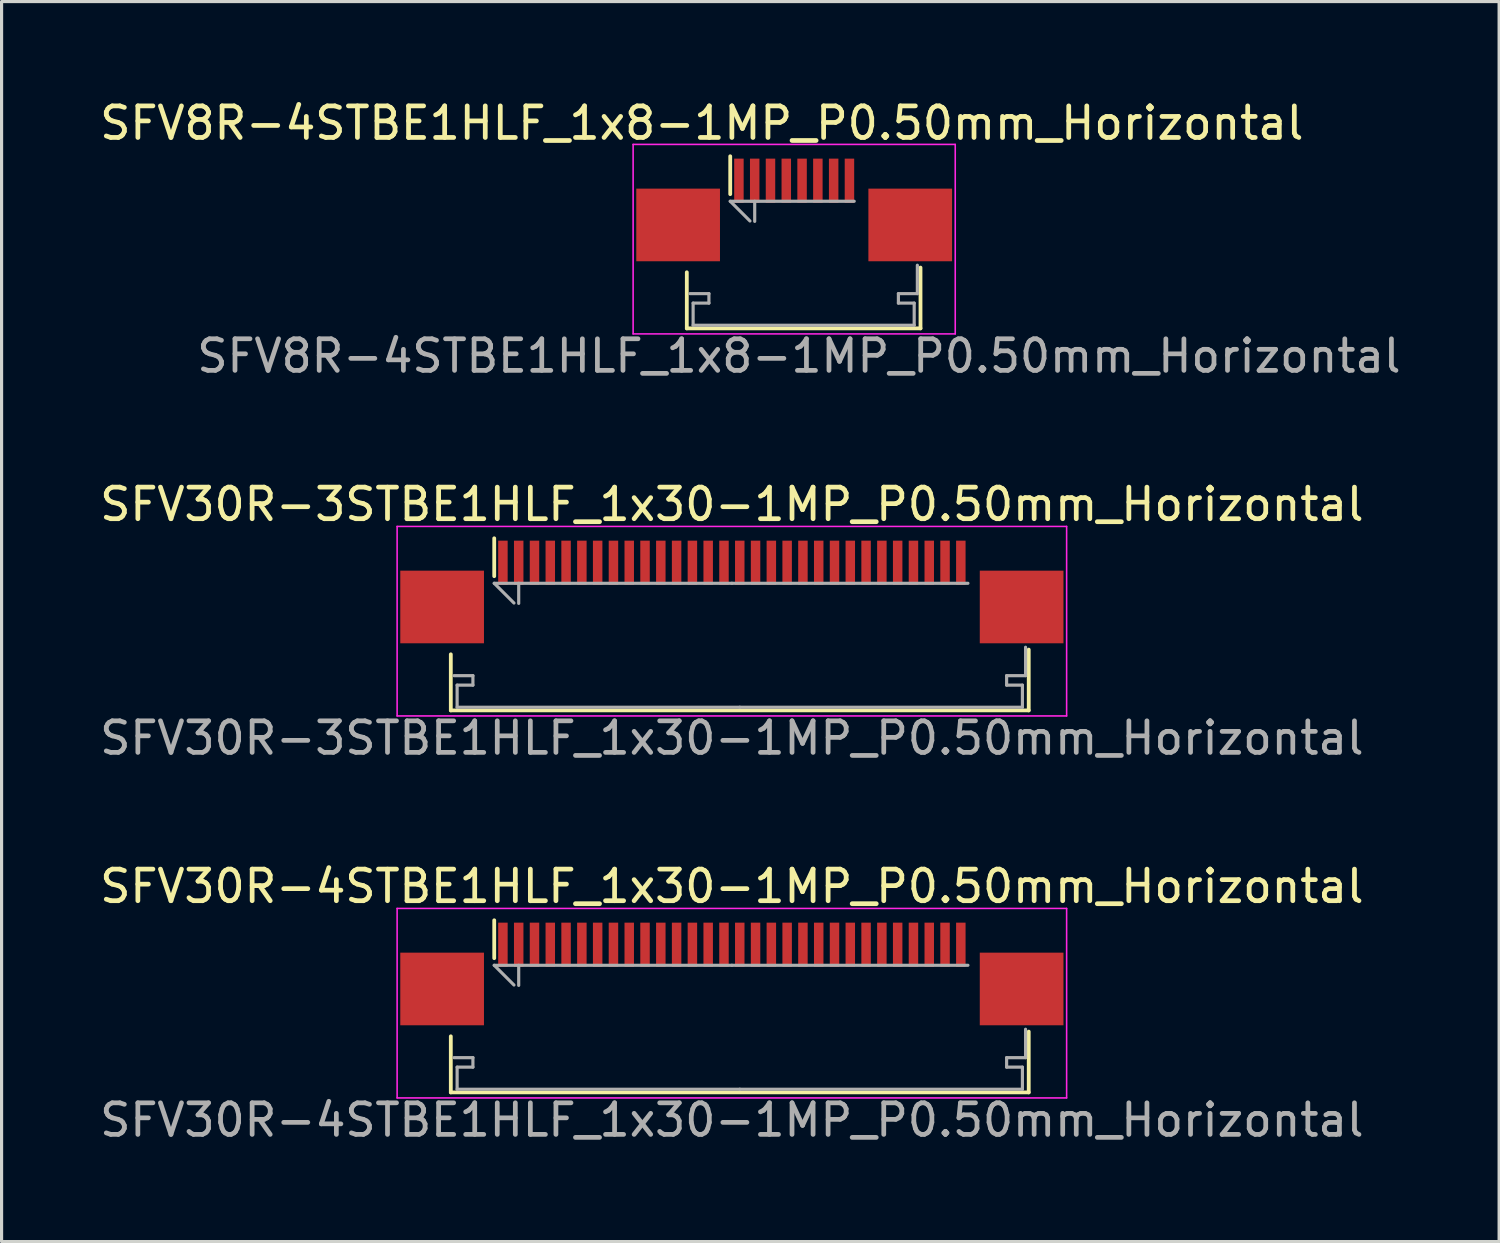
<source format=kicad_pcb>
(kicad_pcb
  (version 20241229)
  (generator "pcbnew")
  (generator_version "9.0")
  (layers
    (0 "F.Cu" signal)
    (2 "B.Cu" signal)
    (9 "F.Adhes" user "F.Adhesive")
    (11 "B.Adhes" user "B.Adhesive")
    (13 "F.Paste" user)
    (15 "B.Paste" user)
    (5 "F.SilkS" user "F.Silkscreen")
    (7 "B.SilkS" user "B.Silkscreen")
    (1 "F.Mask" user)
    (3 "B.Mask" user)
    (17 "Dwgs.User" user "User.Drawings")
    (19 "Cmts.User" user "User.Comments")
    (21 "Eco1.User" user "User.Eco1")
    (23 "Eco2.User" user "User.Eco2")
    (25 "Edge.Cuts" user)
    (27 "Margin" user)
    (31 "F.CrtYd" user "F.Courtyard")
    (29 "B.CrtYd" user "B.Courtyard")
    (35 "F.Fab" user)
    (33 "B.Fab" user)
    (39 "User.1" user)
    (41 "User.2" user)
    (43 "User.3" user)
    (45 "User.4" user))
  (footprint "SFV8R-4STBE1HLF_1x8-1MP_P0.50mm_Horizontal"
    (layer "F.Cu")
    (at 22.173 4.073)
    (property "Reference" "SFV8R-4STBE1HLF_1x8-1MP_P0.50mm_Horizontal" (at -3 -3.225 0) (layer "F.SilkS") (effects (font (size 1 1) (thickness 0.15))))
    (attr smd)
    (fp_line (start -3.475 1.499) (end -3.475 3.275) (stroke (width 0.12) (type solid)) (layer "F.SilkS"))
    (fp_line (start -3.475 3.275) (end 3.925 3.275) (stroke (width 0.12) (type solid)) (layer "F.SilkS"))
    (fp_line (start -2.1 -0.975) (end -2.1 -2.175) (stroke (width 0.12) (type solid)) (layer "F.SilkS"))
    (fp_line (start 3.925 3.275) (end 3.925 1.35) (stroke (width 0.12) (type solid)) (layer "F.SilkS"))
    (fp_line (start -5.175 -2.55) (end -5.175 3.45) (stroke (width 0.05) (type solid)) (layer "F.CrtYd"))
    (fp_line (start -5.175 3.45) (end 5.025 3.45) (stroke (width 0.05) (type solid)) (layer "F.CrtYd"))
    (fp_line (start 5.025 -2.55) (end -5.175 -2.55) (stroke (width 0.05) (type solid)) (layer "F.CrtYd"))
    (fp_line (start 5.025 3.45) (end 5.025 -2.55) (stroke (width 0.05) (type solid)) (layer "F.CrtYd"))
    (fp_line (start -3.375 2.175) (end -2.775 2.175) (stroke (width 0.1) (type solid)) (layer "F.Fab"))
    (fp_line (start -3.275 2.475) (end -3.275 3.175) (stroke (width 0.1) (type solid)) (layer "F.Fab"))
    (fp_line (start -3.275 3.175) (end 3.725 3.175) (stroke (width 0.1) (type solid)) (layer "F.Fab"))
    (fp_line (start -2.775 2.175) (end -2.775 2.475) (stroke (width 0.1) (type solid)) (layer "F.Fab"))
    (fp_line (start -2.775 2.475) (end -3.275 2.475) (stroke (width 0.1) (type solid)) (layer "F.Fab"))
    (fp_line (start -2.1 -0.75) (end -1.475 -0.125) (stroke (width 0.1) (type solid)) (layer "F.Fab"))
    (fp_line (start -1.325 -0.113) (end -1.325 -0.75) (stroke (width 0.1) (type solid)) (layer "F.Fab"))
    (fp_line (start 1.826 -0.75) (end -2.1 -0.75) (stroke (width 0.1) (type solid)) (layer "F.Fab"))
    (fp_line (start 3.225 2.175) (end 3.225 2.475) (stroke (width 0.1) (type solid)) (layer "F.Fab"))
    (fp_line (start 3.225 2.475) (end 3.725 2.475) (stroke (width 0.1) (type solid)) (layer "F.Fab"))
    (fp_line (start 3.725 2.475) (end 3.725 3.175) (stroke (width 0.1) (type solid)) (layer "F.Fab"))
    (fp_line (start 3.825 1.275) (end 3.825 2.175) (stroke (width 0.1) (type solid)) (layer "F.Fab"))
    (fp_line (start 3.825 2.175) (end 3.225 2.175) (stroke (width 0.1) (type solid)) (layer "F.Fab"))
    (fp_text user "${REFERENCE}" (at 0.075 4.15 0) (layer "F.Fab") (effects (font (size 1 1) (thickness 0.15))))
    (pad "1" smd rect (at -1.825 -1.4) (size 0.3 1.4) (layers "F.Cu" "F.Mask" "F.Paste"))
    (pad "2" smd rect (at -1.325 -1.4) (size 0.3 1.4) (layers "F.Cu" "F.Mask" "F.Paste"))
    (pad "3" smd rect (at -0.825 -1.4) (size 0.3 1.4) (layers "F.Cu" "F.Mask" "F.Paste"))
    (pad "4" smd rect (at -0.325 -1.4) (size 0.3 1.4) (layers "F.Cu" "F.Mask" "F.Paste"))
    (pad "5" smd rect (at 0.175 -1.4) (size 0.3 1.4) (layers "F.Cu" "F.Mask" "F.Paste"))
    (pad "6" smd rect (at 0.675 -1.4) (size 0.3 1.4) (layers "F.Cu" "F.Mask" "F.Paste"))
    (pad "7" smd rect (at 1.175 -1.4) (size 0.3 1.4) (layers "F.Cu" "F.Mask" "F.Paste"))
    (pad "8" smd rect (at 1.675 -1.4) (size 0.3 1.4) (layers "F.Cu" "F.Mask" "F.Paste"))
    (pad "MP" smd rect (at -3.75 0) (size 2.65 2.3) (layers "F.Cu" "F.Mask" "F.Paste"))
    (pad "MP" smd rect (at 3.6 0) (size 2.65 2.3) (layers "F.Cu" "F.Mask" "F.Paste")))
  (footprint "SFV30R-4STBE1HLF_1x30-1MP_P0.50mm_Horizontal"
    (layer "F.Cu")
    (at 20.125 28.716)
    (property "Reference" "SFV30R-4STBE1HLF_1x30-1MP_P0.50mm_Horizontal" (at 0 -3.7 0) (layer "F.SilkS") (effects (font (size 1 1) (thickness 0.15))))
    (attr smd)
    (fp_line (start -8.9 1.049) (end -8.9 2.825) (stroke (width 0.12) (type solid)) (layer "F.SilkS"))
    (fp_line (start -8.9 2.825) (end 9.4 2.825) (stroke (width 0.12) (type solid)) (layer "F.SilkS"))
    (fp_line (start -7.525 -1.425) (end -7.525 -2.625) (stroke (width 0.12) (type solid)) (layer "F.SilkS"))
    (fp_line (start 9.4 2.825) (end 9.4 0.9) (stroke (width 0.12) (type solid)) (layer "F.SilkS"))
    (fp_line (start -10.6 -3) (end -10.6 3) (stroke (width 0.05) (type solid)) (layer "F.CrtYd"))
    (fp_line (start -10.6 3) (end 10.6 3) (stroke (width 0.05) (type solid)) (layer "F.CrtYd"))
    (fp_line (start 10.6 -3) (end -10.6 -3) (stroke (width 0.05) (type solid)) (layer "F.CrtYd"))
    (fp_line (start 10.6 3) (end 10.6 -3) (stroke (width 0.05) (type solid)) (layer "F.CrtYd"))
    (fp_line (start -8.8 1.725) (end -8.2 1.725) (stroke (width 0.1) (type solid)) (layer "F.Fab"))
    (fp_line (start -8.7 2.025) (end -8.7 2.725) (stroke (width 0.1) (type solid)) (layer "F.Fab"))
    (fp_line (start -8.7 2.725) (end 0.25 2.725) (stroke (width 0.1) (type solid)) (layer "F.Fab"))
    (fp_line (start -8.2 1.725) (end -8.2 2.025) (stroke (width 0.1) (type solid)) (layer "F.Fab"))
    (fp_line (start -8.2 2.025) (end -8.7 2.025) (stroke (width 0.1) (type solid)) (layer "F.Fab"))
    (fp_line (start -7.525 -1.2) (end -6.9 -0.575) (stroke (width 0.1) (type solid)) (layer "F.Fab"))
    (fp_line (start -6.75 -0.563) (end -6.75 -1.2) (stroke (width 0.1) (type solid)) (layer "F.Fab"))
    (fp_line (start 0 -1.2) (end -7.525 -1.2) (stroke (width 0.1) (type solid)) (layer "F.Fab"))
    (fp_line (start 0 -1.2) (end 7.475 -1.2) (stroke (width 0.1) (type solid)) (layer "F.Fab"))
    (fp_line (start 8.7 1.725) (end 8.7 2.025) (stroke (width 0.1) (type solid)) (layer "F.Fab"))
    (fp_line (start 8.7 2.025) (end 9.2 2.025) (stroke (width 0.1) (type solid)) (layer "F.Fab"))
    (fp_line (start 9.2 2.025) (end 9.2 2.725) (stroke (width 0.1) (type solid)) (layer "F.Fab"))
    (fp_line (start 9.2 2.725) (end 0.25 2.725) (stroke (width 0.1) (type solid)) (layer "F.Fab"))
    (fp_line (start 9.3 0.825) (end 9.3 1.725) (stroke (width 0.1) (type solid)) (layer "F.Fab"))
    (fp_line (start 9.3 1.725) (end 8.7 1.725) (stroke (width 0.1) (type solid)) (layer "F.Fab"))
    (fp_text user "${REFERENCE}" (at 0 3.7 0) (layer "F.Fab") (effects (font (size 1 1) (thickness 0.15))))
    (pad "1" smd rect (at -7.25 -1.85) (size 0.3 1.4) (layers "F.Cu" "F.Mask" "F.Paste"))
    (pad "2" smd rect (at -6.75 -1.85) (size 0.3 1.4) (layers "F.Cu" "F.Mask" "F.Paste"))
    (pad "3" smd rect (at -6.25 -1.85) (size 0.3 1.4) (layers "F.Cu" "F.Mask" "F.Paste"))
    (pad "4" smd rect (at -5.75 -1.85) (size 0.3 1.4) (layers "F.Cu" "F.Mask" "F.Paste"))
    (pad "5" smd rect (at -5.25 -1.85) (size 0.3 1.4) (layers "F.Cu" "F.Mask" "F.Paste"))
    (pad "6" smd rect (at -4.75 -1.85) (size 0.3 1.4) (layers "F.Cu" "F.Mask" "F.Paste"))
    (pad "7" smd rect (at -4.25 -1.85) (size 0.3 1.4) (layers "F.Cu" "F.Mask" "F.Paste"))
    (pad "8" smd rect (at -3.75 -1.85) (size 0.3 1.4) (layers "F.Cu" "F.Mask" "F.Paste"))
    (pad "9" smd rect (at -3.25 -1.85) (size 0.3 1.4) (layers "F.Cu" "F.Mask" "F.Paste"))
    (pad "10" smd rect (at -2.75 -1.85) (size 0.3 1.4) (layers "F.Cu" "F.Mask" "F.Paste"))
    (pad "11" smd rect (at -2.25 -1.85) (size 0.3 1.4) (layers "F.Cu" "F.Mask" "F.Paste"))
    (pad "12" smd rect (at -1.75 -1.85) (size 0.3 1.4) (layers "F.Cu" "F.Mask" "F.Paste"))
    (pad "13" smd rect (at -1.25 -1.85) (size 0.3 1.4) (layers "F.Cu" "F.Mask" "F.Paste"))
    (pad "14" smd rect (at -0.75 -1.85) (size 0.3 1.4) (layers "F.Cu" "F.Mask" "F.Paste"))
    (pad "15" smd rect (at -0.25 -1.85) (size 0.3 1.4) (layers "F.Cu" "F.Mask" "F.Paste"))
    (pad "16" smd rect (at 0.25 -1.85) (size 0.3 1.4) (layers "F.Cu" "F.Mask" "F.Paste"))
    (pad "17" smd rect (at 0.75 -1.85) (size 0.3 1.4) (layers "F.Cu" "F.Mask" "F.Paste"))
    (pad "18" smd rect (at 1.25 -1.85) (size 0.3 1.4) (layers "F.Cu" "F.Mask" "F.Paste"))
    (pad "19" smd rect (at 1.75 -1.85) (size 0.3 1.4) (layers "F.Cu" "F.Mask" "F.Paste"))
    (pad "20" smd rect (at 2.25 -1.85) (size 0.3 1.4) (layers "F.Cu" "F.Mask" "F.Paste"))
    (pad "21" smd rect (at 2.75 -1.85) (size 0.3 1.4) (layers "F.Cu" "F.Mask" "F.Paste"))
    (pad "22" smd rect (at 3.25 -1.85) (size 0.3 1.4) (layers "F.Cu" "F.Mask" "F.Paste"))
    (pad "23" smd rect (at 3.75 -1.85) (size 0.3 1.4) (layers "F.Cu" "F.Mask" "F.Paste"))
    (pad "24" smd rect (at 4.25 -1.85) (size 0.3 1.4) (layers "F.Cu" "F.Mask" "F.Paste"))
    (pad "25" smd rect (at 4.75 -1.85) (size 0.3 1.4) (layers "F.Cu" "F.Mask" "F.Paste"))
    (pad "26" smd rect (at 5.25 -1.85) (size 0.3 1.4) (layers "F.Cu" "F.Mask" "F.Paste"))
    (pad "27" smd rect (at 5.75 -1.85) (size 0.3 1.4) (layers "F.Cu" "F.Mask" "F.Paste"))
    (pad "28" smd rect (at 6.25 -1.85) (size 0.3 1.4) (layers "F.Cu" "F.Mask" "F.Paste"))
    (pad "29" smd rect (at 6.75 -1.85) (size 0.3 1.4) (layers "F.Cu" "F.Mask" "F.Paste"))
    (pad "30" smd rect (at 7.25 -1.85) (size 0.3 1.4) (layers "F.Cu" "F.Mask" "F.Paste"))
    (pad "MP" smd rect (at -9.175 -0.45) (size 2.65 2.3) (layers "F.Cu" "F.Mask" "F.Paste"))
    (pad "MP" smd rect (at 9.175 -0.45) (size 2.65 2.3) (layers "F.Cu" "F.Mask" "F.Paste")))
  (footprint "SFV30R-3STBE1HLF_1x30-1MP_P0.50mm_Horizontal"
    (layer "F.Cu")
    (at 20.125 16.62)
    (property "Reference" "SFV30R-3STBE1HLF_1x30-1MP_P0.50mm_Horizontal" (at 0 -3.7 0) (layer "F.SilkS") (effects (font (size 1 1) (thickness 0.15))))
    (attr smd)
    (fp_line (start -8.9 1.049) (end -8.9 2.825) (stroke (width 0.12) (type solid)) (layer "F.SilkS"))
    (fp_line (start -8.9 2.825) (end 9.4 2.825) (stroke (width 0.12) (type solid)) (layer "F.SilkS"))
    (fp_line (start -7.525 -1.425) (end -7.525 -2.625) (stroke (width 0.12) (type solid)) (layer "F.SilkS"))
    (fp_line (start 9.4 2.825) (end 9.4 0.9) (stroke (width 0.12) (type solid)) (layer "F.SilkS"))
    (fp_line (start -10.6 -3) (end -10.6 3) (stroke (width 0.05) (type solid)) (layer "F.CrtYd"))
    (fp_line (start -10.6 3) (end 10.6 3) (stroke (width 0.05) (type solid)) (layer "F.CrtYd"))
    (fp_line (start 10.6 -3) (end -10.6 -3) (stroke (width 0.05) (type solid)) (layer "F.CrtYd"))
    (fp_line (start 10.6 3) (end 10.6 -3) (stroke (width 0.05) (type solid)) (layer "F.CrtYd"))
    (fp_line (start -8.8 1.725) (end -8.2 1.725) (stroke (width 0.1) (type solid)) (layer "F.Fab"))
    (fp_line (start -8.7 2.025) (end -8.7 2.725) (stroke (width 0.1) (type solid)) (layer "F.Fab"))
    (fp_line (start -8.7 2.725) (end 0.25 2.725) (stroke (width 0.1) (type solid)) (layer "F.Fab"))
    (fp_line (start -8.2 1.725) (end -8.2 2.025) (stroke (width 0.1) (type solid)) (layer "F.Fab"))
    (fp_line (start -8.2 2.025) (end -8.7 2.025) (stroke (width 0.1) (type solid)) (layer "F.Fab"))
    (fp_line (start -7.525 -1.2) (end -6.9 -0.575) (stroke (width 0.1) (type solid)) (layer "F.Fab"))
    (fp_line (start -6.75 -0.563) (end -6.75 -1.2) (stroke (width 0.1) (type solid)) (layer "F.Fab"))
    (fp_line (start 0 -1.2) (end -7.525 -1.2) (stroke (width 0.1) (type solid)) (layer "F.Fab"))
    (fp_line (start 0 -1.2) (end 7.475 -1.2) (stroke (width 0.1) (type solid)) (layer "F.Fab"))
    (fp_line (start 8.7 1.725) (end 8.7 2.025) (stroke (width 0.1) (type solid)) (layer "F.Fab"))
    (fp_line (start 8.7 2.025) (end 9.2 2.025) (stroke (width 0.1) (type solid)) (layer "F.Fab"))
    (fp_line (start 9.2 2.025) (end 9.2 2.725) (stroke (width 0.1) (type solid)) (layer "F.Fab"))
    (fp_line (start 9.2 2.725) (end 0.25 2.725) (stroke (width 0.1) (type solid)) (layer "F.Fab"))
    (fp_line (start 9.3 0.825) (end 9.3 1.725) (stroke (width 0.1) (type solid)) (layer "F.Fab"))
    (fp_line (start 9.3 1.725) (end 8.7 1.725) (stroke (width 0.1) (type solid)) (layer "F.Fab"))
    (fp_text user "${REFERENCE}" (at 0 3.7 0) (layer "F.Fab") (effects (font (size 1 1) (thickness 0.15))))
    (pad "1" smd rect (at 7.25 -1.85) (size 0.3 1.4) (layers "F.Cu" "F.Mask" "F.Paste"))
    (pad "2" smd rect (at 6.75 -1.85) (size 0.3 1.4) (layers "F.Cu" "F.Mask" "F.Paste"))
    (pad "3" smd rect (at 6.25 -1.85) (size 0.3 1.4) (layers "F.Cu" "F.Mask" "F.Paste"))
    (pad "4" smd rect (at 5.75 -1.85) (size 0.3 1.4) (layers "F.Cu" "F.Mask" "F.Paste"))
    (pad "5" smd rect (at 5.25 -1.85) (size 0.3 1.4) (layers "F.Cu" "F.Mask" "F.Paste"))
    (pad "6" smd rect (at 4.75 -1.85) (size 0.3 1.4) (layers "F.Cu" "F.Mask" "F.Paste"))
    (pad "7" smd rect (at 4.25 -1.85) (size 0.3 1.4) (layers "F.Cu" "F.Mask" "F.Paste"))
    (pad "8" smd rect (at 3.75 -1.85) (size 0.3 1.4) (layers "F.Cu" "F.Mask" "F.Paste"))
    (pad "9" smd rect (at 3.25 -1.85) (size 0.3 1.4) (layers "F.Cu" "F.Mask" "F.Paste"))
    (pad "10" smd rect (at 2.75 -1.85) (size 0.3 1.4) (layers "F.Cu" "F.Mask" "F.Paste"))
    (pad "11" smd rect (at 2.25 -1.85) (size 0.3 1.4) (layers "F.Cu" "F.Mask" "F.Paste"))
    (pad "12" smd rect (at 1.75 -1.85) (size 0.3 1.4) (layers "F.Cu" "F.Mask" "F.Paste"))
    (pad "13" smd rect (at 1.25 -1.85) (size 0.3 1.4) (layers "F.Cu" "F.Mask" "F.Paste"))
    (pad "14" smd rect (at 0.75 -1.85) (size 0.3 1.4) (layers "F.Cu" "F.Mask" "F.Paste"))
    (pad "15" smd rect (at 0.25 -1.85) (size 0.3 1.4) (layers "F.Cu" "F.Mask" "F.Paste"))
    (pad "16" smd rect (at -0.25 -1.85) (size 0.3 1.4) (layers "F.Cu" "F.Mask" "F.Paste"))
    (pad "17" smd rect (at -0.75 -1.85) (size 0.3 1.4) (layers "F.Cu" "F.Mask" "F.Paste"))
    (pad "18" smd rect (at -1.25 -1.85) (size 0.3 1.4) (layers "F.Cu" "F.Mask" "F.Paste"))
    (pad "19" smd rect (at -1.75 -1.85) (size 0.3 1.4) (layers "F.Cu" "F.Mask" "F.Paste"))
    (pad "20" smd rect (at -2.25 -1.85) (size 0.3 1.4) (layers "F.Cu" "F.Mask" "F.Paste"))
    (pad "21" smd rect (at -2.75 -1.85) (size 0.3 1.4) (layers "F.Cu" "F.Mask" "F.Paste"))
    (pad "22" smd rect (at -3.25 -1.85) (size 0.3 1.4) (layers "F.Cu" "F.Mask" "F.Paste"))
    (pad "23" smd rect (at -3.75 -1.85) (size 0.3 1.4) (layers "F.Cu" "F.Mask" "F.Paste"))
    (pad "24" smd rect (at -4.25 -1.85) (size 0.3 1.4) (layers "F.Cu" "F.Mask" "F.Paste"))
    (pad "25" smd rect (at -4.75 -1.85) (size 0.3 1.4) (layers "F.Cu" "F.Mask" "F.Paste"))
    (pad "26" smd rect (at -5.25 -1.85) (size 0.3 1.4) (layers "F.Cu" "F.Mask" "F.Paste"))
    (pad "27" smd rect (at -5.75 -1.85) (size 0.3 1.4) (layers "F.Cu" "F.Mask" "F.Paste"))
    (pad "28" smd rect (at -6.25 -1.85) (size 0.3 1.4) (layers "F.Cu" "F.Mask" "F.Paste"))
    (pad "29" smd rect (at -6.75 -1.85) (size 0.3 1.4) (layers "F.Cu" "F.Mask" "F.Paste"))
    (pad "30" smd rect (at -7.25 -1.85) (size 0.3 1.4) (layers "F.Cu" "F.Mask" "F.Paste"))
    (pad "MP" smd rect (at -9.175 -0.45) (size 2.65 2.3) (layers "F.Cu" "F.Mask" "F.Paste"))
    (pad "MP" smd rect (at 9.175 -0.45) (size 2.65 2.3) (layers "F.Cu" "F.Mask" "F.Paste")))
  (gr_rect
    (start -3 -3)
    (end 44.42 36.264)
    (stroke (width 0.1) (type default))
    (fill no)
    (layer "Edge.Cuts")))
</source>
